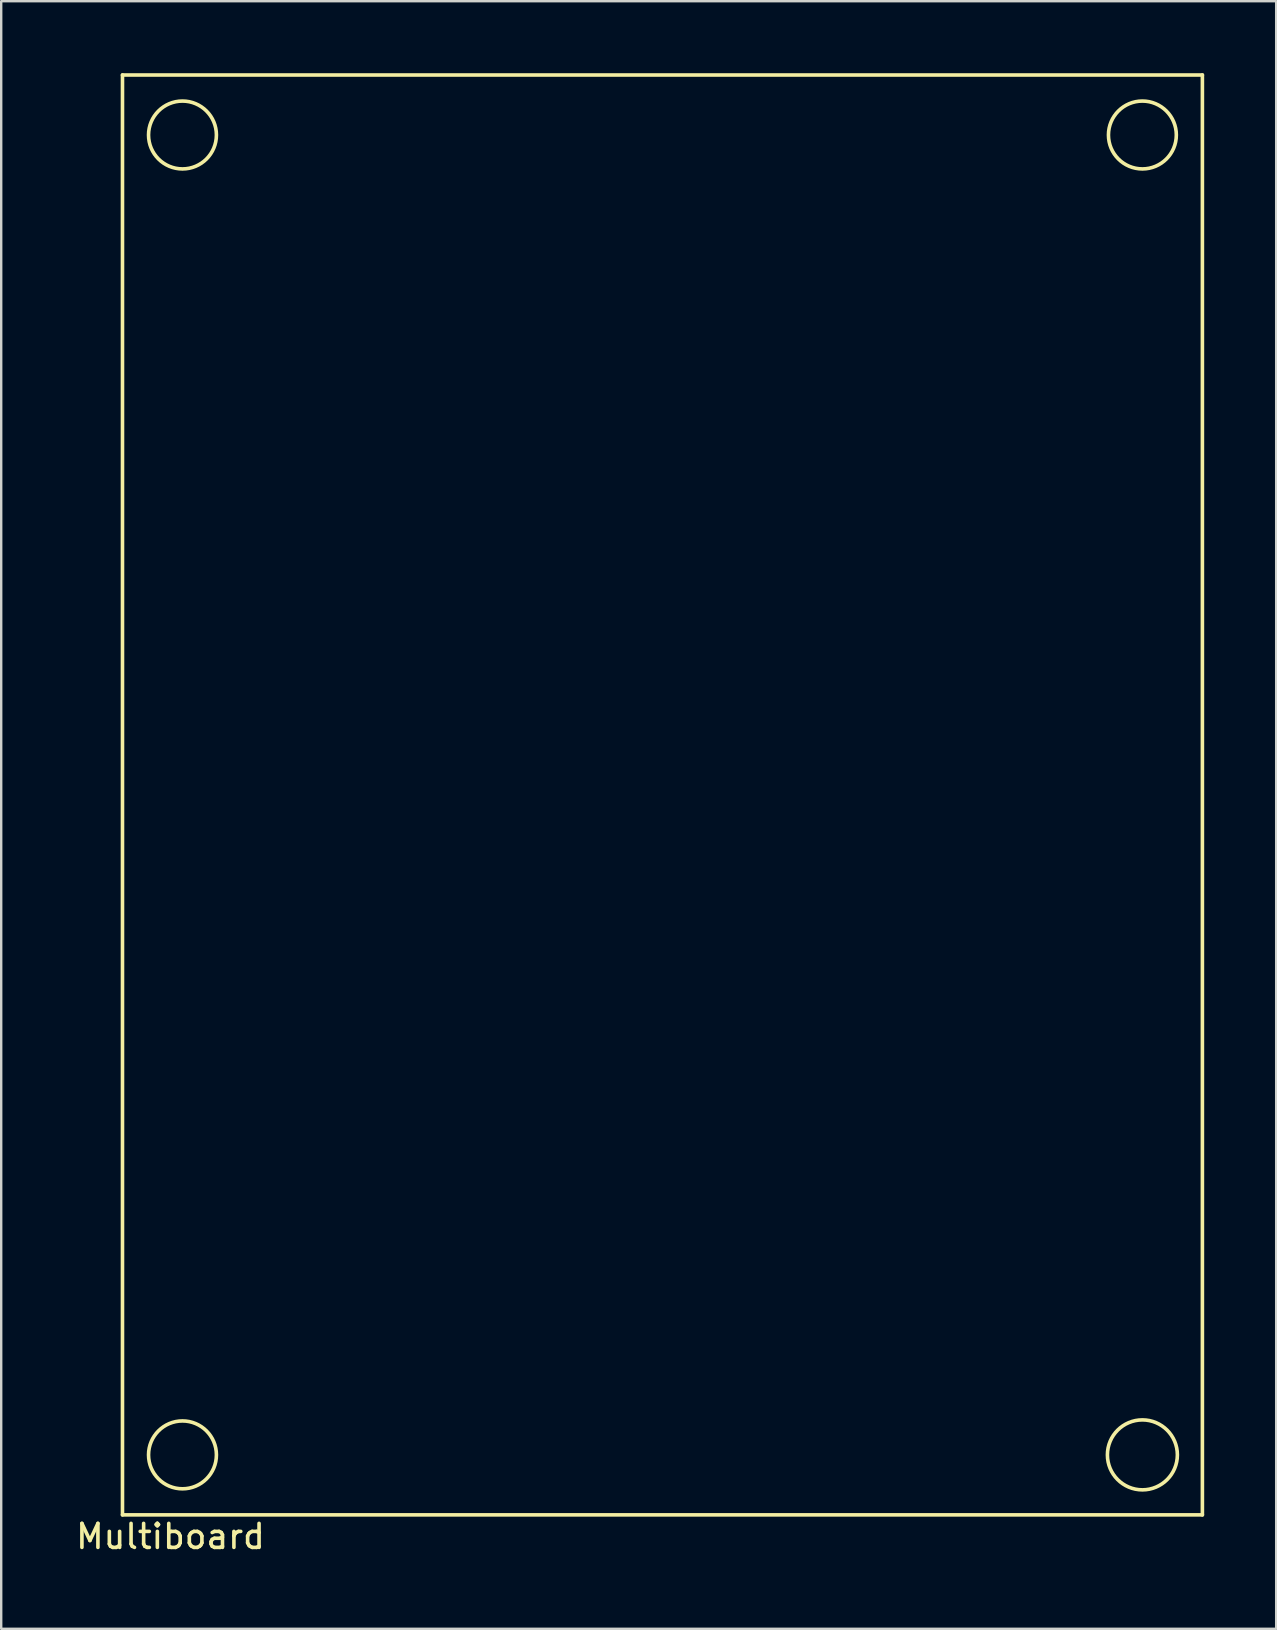
<source format=kicad_pcb>
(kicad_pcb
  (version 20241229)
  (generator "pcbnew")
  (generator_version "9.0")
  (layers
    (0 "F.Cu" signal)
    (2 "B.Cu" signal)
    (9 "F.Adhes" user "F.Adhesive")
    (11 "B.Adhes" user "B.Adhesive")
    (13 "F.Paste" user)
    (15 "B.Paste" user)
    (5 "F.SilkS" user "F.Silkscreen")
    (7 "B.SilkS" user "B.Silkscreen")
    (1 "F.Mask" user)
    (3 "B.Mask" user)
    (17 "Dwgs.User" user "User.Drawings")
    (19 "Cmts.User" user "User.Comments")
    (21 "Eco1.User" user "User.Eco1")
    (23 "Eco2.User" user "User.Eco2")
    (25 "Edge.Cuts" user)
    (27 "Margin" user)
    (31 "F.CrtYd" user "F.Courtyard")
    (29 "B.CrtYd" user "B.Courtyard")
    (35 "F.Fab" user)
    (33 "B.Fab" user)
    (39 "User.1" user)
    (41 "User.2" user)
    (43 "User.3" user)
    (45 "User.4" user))
  (footprint "Multiboard"
    (layer "F.Cu")
    (at 2.054 60.075)
    (property "Reference" "Multiboard" (at 2 0.9 0) (layer "F.SilkS") (effects (font (size 1 1) (thickness 0.15))))
    (attr through_hole)
    (fp_line (start 0 -60) (end 45 -60) (stroke (width 0.15) (type solid)) (layer "F.SilkS"))
    (fp_line (start 0 0) (end 0 -60) (stroke (width 0.15) (type solid)) (layer "F.SilkS"))
    (fp_line (start 0 0) (end 45 0) (stroke (width 0.15) (type solid)) (layer "F.SilkS"))
    (fp_line (start 45 0) (end 45 -60) (stroke (width 0.15) (type solid)) (layer "F.SilkS"))
    (fp_circle (center 2.5 -57.5) (end 1.5 -56.5) (stroke (width 0.15) (type solid)) (fill no) (layer "F.SilkS"))
    (fp_circle (center 2.5 -2.5) (end 1.5 -1.5) (stroke (width 0.15) (type solid)) (fill no) (layer "F.SilkS"))
    (fp_circle (center 42.5 -57.5) (end 41.5 -56.5) (stroke (width 0.15) (type solid)) (fill no) (layer "F.SilkS"))
    (fp_circle (center 42.5 -2.5) (end 41.25 -1.75) (stroke (width 0.15) (type solid)) (fill no) (layer "F.SilkS")))
  (gr_rect
    (start -3 -3)
    (end 50.129 64.823)
    (stroke (width 0.1) (type default))
    (fill no)
    (layer "Edge.Cuts")))
</source>
